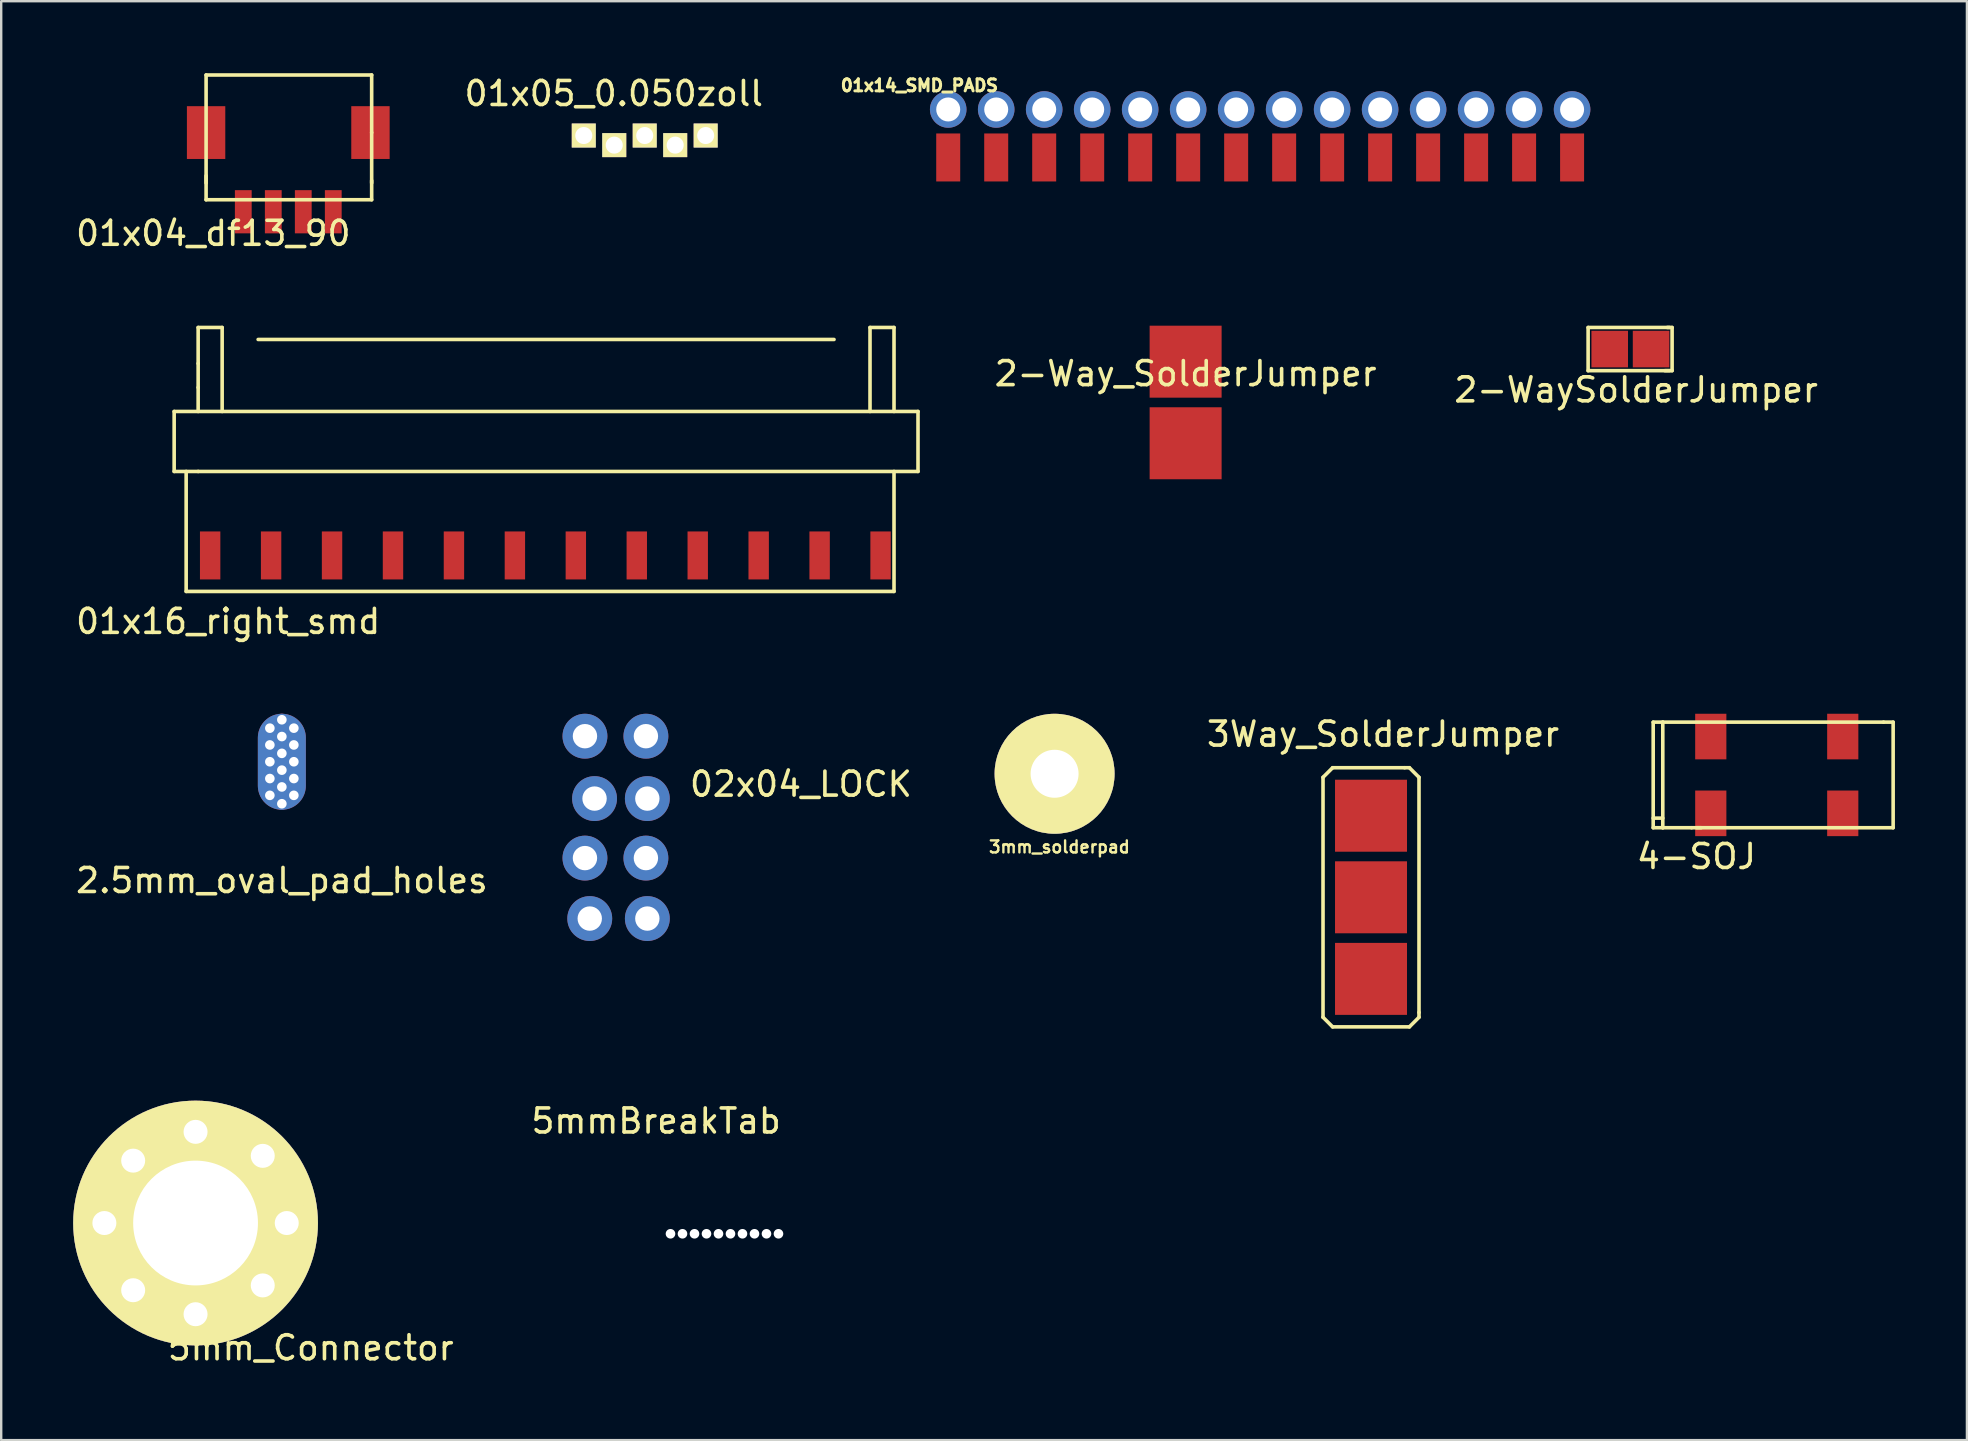
<source format=kicad_pcb>
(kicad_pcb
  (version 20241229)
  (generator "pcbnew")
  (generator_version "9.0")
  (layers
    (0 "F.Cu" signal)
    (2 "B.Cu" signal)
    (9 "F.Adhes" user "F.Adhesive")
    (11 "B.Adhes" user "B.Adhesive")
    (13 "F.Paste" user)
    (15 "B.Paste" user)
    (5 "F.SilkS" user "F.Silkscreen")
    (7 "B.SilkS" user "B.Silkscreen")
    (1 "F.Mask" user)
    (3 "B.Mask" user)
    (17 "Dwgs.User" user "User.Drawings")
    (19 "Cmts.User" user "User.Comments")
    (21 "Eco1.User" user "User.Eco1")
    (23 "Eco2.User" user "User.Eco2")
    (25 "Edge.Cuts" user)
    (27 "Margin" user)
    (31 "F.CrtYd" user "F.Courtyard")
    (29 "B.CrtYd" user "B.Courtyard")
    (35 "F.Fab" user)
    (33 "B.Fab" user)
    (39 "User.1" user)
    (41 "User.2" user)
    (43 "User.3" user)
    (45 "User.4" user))
  (footprint "02x04_LOCK"
    (layer "F.Cu")
    (at 21.328 27.631)
    (property "Reference" "02x04_LOCK" (at 9 2 0) (layer "F.SilkS") (effects (font (size 1 1) (thickness 0.15))))
    (attr through_hole)
    (pad "1" thru_hole circle (at 0 0) (size 1.87 1.87) (drill 1.016) (layers "*.Cu" "*.Mask"))
    (pad "2" thru_hole circle (at 2.54 0) (size 1.87 1.87) (drill 1.016) (layers "*.Cu" "*.Mask"))
    (pad "3" thru_hole circle (at 0.4 2.6) (size 1.87 1.87) (drill 1.016) (layers "*.Cu" "*.Mask"))
    (pad "4" thru_hole circle (at 2.6 2.6) (size 1.87 1.87) (drill 1.016) (layers "*.Cu" "*.Mask"))
    (pad "5" thru_hole circle (at 0 5.08) (size 1.87 1.87) (drill 1.016) (layers "*.Cu" "*.Mask"))
    (pad "6" thru_hole circle (at 2.54 5.08) (size 1.87 1.87) (drill 1.016) (layers "*.Cu" "*.Mask"))
    (pad "7" thru_hole circle (at 0.2 7.6) (size 1.87 1.87) (drill 1.016) (layers "*.Cu" "*.Mask"))
    (pad "8" thru_hole circle (at 2.6 7.6) (size 1.87 1.87) (drill 1.016) (layers "*.Cu" "*.Mask")))
  (footprint "2-Way_SolderJumper"
    (layer "F.Cu")
    (at 46.361 12.023)
    (property "Reference" "2-Way_SolderJumper" (at 0 0.5 0) (layer "F.SilkS") (effects (font (size 1 1) (thickness 0.15))))
    (attr through_hole)
    (pad "1" smd rect (at 0 0) (size 3 3) (layers "F.Cu" "F.Mask" "F.Paste"))
    (pad "2" smd rect (at 0 3.4) (size 3 3) (layers "F.Cu" "F.Mask" "F.Paste")))
  (footprint "5mm_Connector"
    (layer "F.Cu")
    (at 5.1 47.92)
    (property "Reference" "5mm_Connector" (at 4.8 5.2 0) (layer "F.SilkS") (effects (font (size 1 1) (thickness 0.15))))
    (attr through_hole)
    (pad "1" thru_hole circle (at -3.8 0) (size 2 2) (drill 1) (layers "*.Cu" "*.Mask" "F.SilkS"))
    (pad "1" thru_hole circle (at -2.6 -2.6) (size 2 2) (drill 1) (layers "*.Cu" "*.Mask" "F.SilkS"))
    (pad "1" thru_hole circle (at -2.6 2.8) (size 2 2) (drill 1) (layers "*.Cu" "*.Mask" "F.SilkS"))
    (pad "1" thru_hole circle (at 0 -3.8) (size 2 2) (drill 1) (layers "*.Cu" "*.Mask" "F.SilkS"))
    (pad "1" thru_hole circle (at 0 0) (size 10.2 10.2) (drill 5.2) (layers "*.Cu" "*.Mask" "F.SilkS"))
    (pad "1" thru_hole circle (at 0 3.8) (size 2 2) (drill 1) (layers "*.Cu" "*.Mask" "F.SilkS"))
    (pad "1" thru_hole circle (at 2.8 -2.8) (size 2 2) (drill 1) (layers "*.Cu" "*.Mask" "F.SilkS"))
    (pad "1" thru_hole circle (at 2.8 2.6) (size 2 2) (drill 1) (layers "*.Cu" "*.Mask" "F.SilkS"))
    (pad "1" thru_hole circle (at 3.8 0) (size 2 2) (drill 1) (layers "*.Cu" "*.Mask" "F.SilkS")))
  (footprint "01x14_SMD_PADS"
    (layer "F.Cu")
    (at 36.467 1.512)
    (property "Reference" "01x14_SMD_PADS" (at -1.2 -1 0) (layer "F.SilkS") (effects (font (size 0.5 0.5) (thickness 0.125))))
    (attr through_hole)
    (pad "1" thru_hole circle (at 0 0) (size 1.524 1.524) (drill 1) (layers "*.Cu" "*.Mask"))
    (pad "1" smd rect (at 0 2) (size 1 2) (layers "F.Cu" "F.Mask" "F.Paste"))
    (pad "2" thru_hole circle (at 2 0) (size 1.524 1.524) (drill 1) (layers "*.Cu" "*.Mask"))
    (pad "2" smd rect (at 2 2) (size 1 2) (layers "F.Cu" "F.Mask" "F.Paste"))
    (pad "3" thru_hole circle (at 4 0) (size 1.524 1.524) (drill 1) (layers "*.Cu" "*.Mask"))
    (pad "3" smd rect (at 4 2) (size 1 2) (layers "F.Cu" "F.Mask" "F.Paste"))
    (pad "4" thru_hole circle (at 6 0) (size 1.524 1.524) (drill 1) (layers "*.Cu" "*.Mask"))
    (pad "4" smd rect (at 6 2) (size 1 2) (layers "F.Cu" "F.Mask" "F.Paste"))
    (pad "5" thru_hole circle (at 8 0) (size 1.524 1.524) (drill 1) (layers "*.Cu" "*.Mask"))
    (pad "5" smd rect (at 8 2) (size 1 2) (layers "F.Cu" "F.Mask" "F.Paste"))
    (pad "6" thru_hole circle (at 10 0) (size 1.524 1.524) (drill 1) (layers "*.Cu" "*.Mask"))
    (pad "6" smd rect (at 10 2) (size 1 2) (layers "F.Cu" "F.Mask" "F.Paste"))
    (pad "7" thru_hole circle (at 12 0) (size 1.524 1.524) (drill 1) (layers "*.Cu" "*.Mask"))
    (pad "7" smd rect (at 12 2) (size 1 2) (layers "F.Cu" "F.Mask" "F.Paste"))
    (pad "8" thru_hole circle (at 14 0) (size 1.524 1.524) (drill 1) (layers "*.Cu" "*.Mask"))
    (pad "8" smd rect (at 14 2) (size 1 2) (layers "F.Cu" "F.Mask" "F.Paste"))
    (pad "9" thru_hole circle (at 16 0) (size 1.524 1.524) (drill 1) (layers "*.Cu" "*.Mask"))
    (pad "9" smd rect (at 16 2) (size 1 2) (layers "F.Cu" "F.Mask" "F.Paste"))
    (pad "10" thru_hole circle (at 18 0) (size 1.524 1.524) (drill 1) (layers "*.Cu" "*.Mask"))
    (pad "10" smd rect (at 18 2) (size 1 2) (layers "F.Cu" "F.Mask" "F.Paste"))
    (pad "11" thru_hole circle (at 20 0) (size 1.524 1.524) (drill 1) (layers "*.Cu" "*.Mask"))
    (pad "11" smd rect (at 20 2) (size 1 2) (layers "F.Cu" "F.Mask" "F.Paste"))
    (pad "12" thru_hole circle (at 22 0) (size 1.524 1.524) (drill 1) (layers "*.Cu" "*.Mask"))
    (pad "12" smd rect (at 22 2) (size 1 2) (layers "F.Cu" "F.Mask" "F.Paste"))
    (pad "13" thru_hole circle (at 24 0) (size 1.524 1.524) (drill 1) (layers "*.Cu" "*.Mask"))
    (pad "13" smd rect (at 24 2) (size 1 2) (layers "F.Cu" "F.Mask" "F.Paste"))
    (pad "14" thru_hole circle (at 26 0) (size 1.524 1.524) (drill 1) (layers "*.Cu" "*.Mask"))
    (pad "14" smd rect (at 26 2) (size 1 2) (layers "F.Cu" "F.Mask" "F.Paste")))
  (footprint "4-SOJ"
    (layer "F.Cu")
    (at 68.247 27.646)
    (property "Reference" "4-SOJ" (at -0.6 5 0) (layer "F.SilkS") (effects (font (size 1 1) (thickness 0.15))))
    (attr through_hole)
    (fp_line (start -2.4 -0.6) (end -2.4 3.8) (stroke (width 0.15) (type solid)) (layer "F.SilkS"))
    (fp_line (start -2.4 -0.6) (end -2 -0.6) (stroke (width 0.15) (type solid)) (layer "F.SilkS"))
    (fp_line (start -2.4 3.4) (end -2 3.4) (stroke (width 0.15) (type solid)) (layer "F.SilkS"))
    (fp_line (start -2.4 3.8) (end -2 3.8) (stroke (width 0.15) (type solid)) (layer "F.SilkS"))
    (fp_line (start -2 -0.6) (end 7.2 -0.6) (stroke (width 0.15) (type solid)) (layer "F.SilkS"))
    (fp_line (start -2 3.8) (end -2 -0.6) (stroke (width 0.15) (type solid)) (layer "F.SilkS"))
    (fp_line (start -0.8 3.8) (end -2 3.8) (stroke (width 0.15) (type solid)) (layer "F.SilkS"))
    (fp_line (start -0.8 3.8) (end -0.4 3.8) (stroke (width 0.15) (type solid)) (layer "F.SilkS"))
    (fp_line (start 7.2 -0.6) (end 7.6 -0.6) (stroke (width 0.15) (type solid)) (layer "F.SilkS"))
    (fp_line (start 7.6 -0.6) (end 7.6 3.8) (stroke (width 0.15) (type solid)) (layer "F.SilkS"))
    (fp_line (start 7.6 3.8) (end -0.6 3.8) (stroke (width 0.15) (type solid)) (layer "F.SilkS"))
    (pad "1" smd rect (at 0 3.2) (size 1.3 1.9) (layers "F.Cu" "F.Mask" "F.Paste"))
    (pad "2" smd rect (at 5.5 3.2) (size 1.3 1.9) (layers "F.Cu" "F.Mask" "F.Paste"))
    (pad "3" smd rect (at 5.5 0) (size 1.3 1.9) (layers "F.Cu" "F.Mask" "F.Paste"))
    (pad "4" smd rect (at 0 0) (size 1.3 1.9) (layers "F.Cu" "F.Mask" "F.Paste")))
  (footprint "5mmBreakTab"
    (layer "F.Cu")
    (at 24.893 48.368)
    (property "Reference" "5mmBreakTab" (at -0.6 -4.7 0) (layer "F.SilkS") (effects (font (size 1 1) (thickness 0.15))))
    (attr through_hole)
    (pad "" np_thru_hole circle (at 0 0) (size 0.4 0.4) (drill 0.4) (layers "*.Cu" "*.Mask"))
    (pad "" np_thru_hole circle (at 0.5 0) (size 0.4 0.4) (drill 0.4) (layers "*.Cu" "*.Mask"))
    (pad "" np_thru_hole circle (at 1 0) (size 0.4 0.4) (drill 0.4) (layers "*.Cu" "*.Mask"))
    (pad "" np_thru_hole circle (at 1.5 0) (size 0.4 0.4) (drill 0.4) (layers "*.Cu" "*.Mask"))
    (pad "" np_thru_hole circle (at 2 0) (size 0.4 0.4) (drill 0.4) (layers "*.Cu" "*.Mask"))
    (pad "" np_thru_hole circle (at 2.5 0) (size 0.4 0.4) (drill 0.4) (layers "*.Cu" "*.Mask"))
    (pad "" np_thru_hole circle (at 3 0) (size 0.4 0.4) (drill 0.4) (layers "*.Cu" "*.Mask"))
    (pad "" np_thru_hole circle (at 3.5 0) (size 0.4 0.4) (drill 0.4) (layers "*.Cu" "*.Mask"))
    (pad "" np_thru_hole circle (at 4 0) (size 0.4 0.4) (drill 0.4) (layers "*.Cu" "*.Mask"))
    (pad "" np_thru_hole circle (at 4.5 0) (size 0.4 0.4) (drill 0.4) (layers "*.Cu" "*.Mask")))
  (footprint "3Way_SolderJumper"
    (layer "F.Cu")
    (at 54.087 33.545)
    (property "Reference" "3Way_SolderJumper" (at 0.5 -6 0) (layer "F.SilkS") (effects (font (size 1 1) (thickness 0.15))))
    (attr through_hole)
    (fp_line (start -2 -4.2) (end -1.6 -4.6) (stroke (width 0.15) (type solid)) (layer "F.SilkS"))
    (fp_line (start -2 5.8) (end -2 -4.2) (stroke (width 0.15) (type solid)) (layer "F.SilkS"))
    (fp_line (start -1.6 -4.6) (end 1.4 -4.6) (stroke (width 0.15) (type solid)) (layer "F.SilkS"))
    (fp_line (start -1.6 6.2) (end -2 5.8) (stroke (width 0.15) (type solid)) (layer "F.SilkS"))
    (fp_line (start 1.4 -4.6) (end 1.6 -4.6) (stroke (width 0.15) (type solid)) (layer "F.SilkS"))
    (fp_line (start 1.6 -4.6) (end 2 -4.2) (stroke (width 0.15) (type solid)) (layer "F.SilkS"))
    (fp_line (start 1.6 6.2) (end -1.6 6.2) (stroke (width 0.15) (type solid)) (layer "F.SilkS"))
    (fp_line (start 2 -4.2) (end 2 5.6) (stroke (width 0.15) (type solid)) (layer "F.SilkS"))
    (fp_line (start 2 5.6) (end 2 5.8) (stroke (width 0.15) (type solid)) (layer "F.SilkS"))
    (fp_line (start 2 5.8) (end 1.6 6.2) (stroke (width 0.15) (type solid)) (layer "F.SilkS"))
    (pad "1" smd rect (at 0 -2.6) (size 3 3) (layers "F.Cu" "F.Mask" "F.Paste"))
    (pad "2" smd rect (at 0 0.8) (size 3 3) (layers "F.Cu" "F.Mask" "F.Paste"))
    (pad "3" smd rect (at 0 4.2) (size 3 3) (layers "F.Cu" "F.Mask" "F.Paste")))
  (footprint "2-WaySolderJumper"
    (layer "F.Cu")
    (at 64.035 11.498)
    (property "Reference" "2-WaySolderJumper" (at 1.1 1.7 0) (layer "F.SilkS") (effects (font (size 1 1) (thickness 0.15))))
    (attr through_hole)
    (fp_line (start -0.9 -0.9) (end -0.9 0.9) (stroke (width 0.15) (type solid)) (layer "F.SilkS"))
    (fp_line (start -0.9 0.9) (end 2.5 0.9) (stroke (width 0.15) (type solid)) (layer "F.SilkS"))
    (fp_line (start 2.4 -0.9) (end 2.6 -0.9) (stroke (width 0.15) (type solid)) (layer "F.SilkS"))
    (fp_line (start 2.5 -0.9) (end -0.9 -0.9) (stroke (width 0.15) (type solid)) (layer "F.SilkS"))
    (fp_line (start 2.6 -0.9) (end 2.6 0.9) (stroke (width 0.15) (type solid)) (layer "F.SilkS"))
    (fp_line (start 2.6 0.9) (end 2.3 0.9) (stroke (width 0.15) (type solid)) (layer "F.SilkS"))
    (pad "1" smd rect (at 0 0) (size 1.524 1.524) (layers "F.Cu" "F.Mask" "F.Paste"))
    (pad "2" smd rect (at 1.724 0) (size 1.524 1.524) (layers "F.Cu" "F.Mask" "F.Paste")))
  (footprint "3mm_solderpad"
    (layer "F.Cu")
    (at 40.9 29.197)
    (property "Reference" "3mm_solderpad" (at 0.2 3.05 0) (layer "F.SilkS") (effects (font (size 0.5 0.5) (thickness 0.1))))
    (attr through_hole)
    (pad "1" thru_hole circle (at 0 0) (size 5 5) (drill oval 2) (layers "*.Cu" "*.Mask" "F.SilkS")))
  (footprint "01x05_0.050zoll"
    (layer "F.Cu")
    (at 21.279 2.598)
    (property "Reference" "01x05_0.050zoll" (at 1.25 -1.75 0) (layer "F.SilkS") (effects (font (size 1 1) (thickness 0.15))))
    (attr through_hole)
    (pad "1" thru_hole rect (at 0 0) (size 1 1) (drill 0.71) (layers "*.Cu" "*.Mask" "F.SilkS"))
    (pad "2" thru_hole rect (at 1.27 0.4) (size 1 1) (drill 0.71) (layers "*.Cu" "*.Mask" "F.SilkS"))
    (pad "3" thru_hole rect (at 2.54 0) (size 1 1) (drill 0.71) (layers "*.Cu" "*.Mask" "F.SilkS"))
    (pad "4" thru_hole rect (at 3.81 0.4) (size 1 1) (drill 0.71) (layers "*.Cu" "*.Mask" "F.SilkS"))
    (pad "5" thru_hole rect (at 5.08 0) (size 1 1) (drill 0.71) (layers "*.Cu" "*.Mask" "F.SilkS")))
  (footprint "01x04_df13_90"
    (layer "F.Cu")
    (at 5.539 2.475)
    (property "Reference" "01x04_df13_90" (at 0.3 4.2 0) (layer "F.SilkS") (effects (font (size 1 1) (thickness 0.15))))
    (attr through_hole)
    (fp_line (start 0 -2.4) (end 0 2.1) (stroke (width 0.15) (type solid)) (layer "F.SilkS"))
    (fp_line (start 0 2.8) (end 0 1.8) (stroke (width 0.15) (type solid)) (layer "F.SilkS"))
    (fp_line (start 6.9 -2.4) (end 0 -2.4) (stroke (width 0.15) (type solid)) (layer "F.SilkS"))
    (fp_line (start 6.9 0) (end 6.9 -2.4) (stroke (width 0.15) (type solid)) (layer "F.SilkS"))
    (fp_line (start 6.9 2) (end 6.9 2.8) (stroke (width 0.15) (type solid)) (layer "F.SilkS"))
    (fp_line (start 6.9 2.1) (end 6.9 0) (stroke (width 0.15) (type solid)) (layer "F.SilkS"))
    (fp_line (start 6.9 2.8) (end 0 2.8) (stroke (width 0.15) (type solid)) (layer "F.SilkS"))
    (pad "" smd rect (at 0 0) (size 1.6 2.2) (layers "F.Cu" "F.Mask" "F.Paste"))
    (pad "" smd rect (at 6.85 0) (size 1.6 2.2) (layers "F.Cu" "F.Mask" "F.Paste"))
    (pad "1" smd rect (at 1.55 3.3) (size 0.7 1.8) (layers "F.Cu" "F.Mask" "F.Paste"))
    (pad "2" smd rect (at 2.8 3.3) (size 0.7 1.8) (layers "F.Cu" "F.Mask" "F.Paste"))
    (pad "3" smd rect (at 4.05 3.3) (size 0.7 1.8) (layers "F.Cu" "F.Mask" "F.Paste"))
    (pad "4" smd rect (at 5.3 3.3) (size 0.7 1.8) (layers "F.Cu" "F.Mask" "F.Paste")))
  (footprint "01x16_right_smd"
    (layer "F.Cu")
    (at 5.708 20.098)
    (property "Reference" "01x16_right_smd" (at 0.75 2.75 0) (layer "F.SilkS") (effects (font (size 1 1) (thickness 0.15))))
    (attr through_hole)
    (fp_line (start -1.5 -3.5) (end -1.5 -6) (stroke (width 0.15) (type solid)) (layer "F.SilkS"))
    (fp_line (start -1 1.5) (end -1 -3.5) (stroke (width 0.15) (type solid)) (layer "F.SilkS"))
    (fp_line (start -0.5 -9.5) (end 0.5 -9.5) (stroke (width 0.15) (type solid)) (layer "F.SilkS"))
    (fp_line (start -0.5 -8) (end -0.5 -9.5) (stroke (width 0.15) (type solid)) (layer "F.SilkS"))
    (fp_line (start -0.5 -7) (end -0.5 -8) (stroke (width 0.15) (type solid)) (layer "F.SilkS"))
    (fp_line (start -0.5 -6) (end -0.5 -7) (stroke (width 0.15) (type solid)) (layer "F.SilkS"))
    (fp_line (start -0.5 -3.5) (end -1.5 -3.5) (stroke (width 0.15) (type solid)) (layer "F.SilkS"))
    (fp_line (start -0.5 -3.5) (end 29.5 -3.5) (stroke (width 0.15) (type solid)) (layer "F.SilkS"))
    (fp_line (start 0.5 -9.5) (end 0.5 -6) (stroke (width 0.15) (type solid)) (layer "F.SilkS"))
    (fp_line (start 2 -9) (end 26 -9) (stroke (width 0.15) (type solid)) (layer "F.SilkS"))
    (fp_line (start 27.5 -9.5) (end 27.5 -6) (stroke (width 0.15) (type solid)) (layer "F.SilkS"))
    (fp_line (start 28.5 -9.5) (end 27.5 -9.5) (stroke (width 0.15) (type solid)) (layer "F.SilkS"))
    (fp_line (start 28.5 -6) (end 28.5 -9.5) (stroke (width 0.15) (type solid)) (layer "F.SilkS"))
    (fp_line (start 28.5 -3.5) (end 28.5 1.5) (stroke (width 0.15) (type solid)) (layer "F.SilkS"))
    (fp_line (start 28.5 1.5) (end -1 1.5) (stroke (width 0.15) (type solid)) (layer "F.SilkS"))
    (fp_line (start 29.5 -6) (end -1.5 -6) (stroke (width 0.15) (type solid)) (layer "F.SilkS"))
    (fp_line (start 29.5 -6) (end 29.5 -3.5) (stroke (width 0.15) (type solid)) (layer "F.SilkS"))
    (pad "1" smd rect (at 0 0) (size 0.85 2) (layers "F.Cu" "F.Mask" "F.Paste"))
    (pad "2" smd rect (at 2.54 0) (size 0.85 2) (layers "F.Cu" "F.Mask" "F.Paste"))
    (pad "3" smd rect (at 5.08 0) (size 0.85 2) (layers "F.Cu" "F.Mask" "F.Paste"))
    (pad "4" smd rect (at 7.62 0) (size 0.85 2) (layers "F.Cu" "F.Mask" "F.Paste"))
    (pad "5" smd rect (at 10.16 0) (size 0.85 2) (layers "F.Cu" "F.Mask" "F.Paste"))
    (pad "6" smd rect (at 12.7 0) (size 0.85 2) (layers "F.Cu" "F.Mask" "F.Paste"))
    (pad "7" smd rect (at 15.24 0) (size 0.85 2) (layers "F.Cu" "F.Mask" "F.Paste"))
    (pad "8" smd rect (at 17.78 0) (size 0.85 2) (layers "F.Cu" "F.Mask" "F.Paste"))
    (pad "9" smd rect (at 20.32 0) (size 0.85 2) (layers "F.Cu" "F.Mask" "F.Paste"))
    (pad "10" smd rect (at 22.86 0) (size 0.85 2) (layers "F.Cu" "F.Mask" "F.Paste"))
    (pad "11" smd rect (at 25.4 0) (size 0.85 2) (layers "F.Cu" "F.Mask" "F.Paste"))
    (pad "12" smd rect (at 27.94 0) (size 0.85 2) (layers "F.Cu" "F.Mask" "F.Paste")))
  (footprint "2.5mm_oval_pad_holes"
    (layer "F.Cu")
    (at 8.696 28.646)
    (property "Reference" "2.5mm_oval_pad_holes" (at 0 5 0) (layer "F.SilkS") (effects (font (size 1 1) (thickness 0.15))))
    (attr through_hole)
    (pad "1" thru_hole circle (at -0.5 -1.35) (size 0.5 0.5) (drill 0.4) (layers "*.Cu" "*.Mask"))
    (pad "1" thru_hole circle (at -0.5 -0.65) (size 0.5 0.5) (drill 0.4) (layers "*.Cu" "*.Mask"))
    (pad "1" thru_hole circle (at -0.5 0.05) (size 0.5 0.5) (drill 0.4) (layers "*.Cu" "*.Mask"))
    (pad "1" thru_hole circle (at -0.5 0.75) (size 0.5 0.5) (drill 0.4) (layers "*.Cu" "*.Mask"))
    (pad "1" thru_hole circle (at -0.5 1.45) (size 0.5 0.5) (drill 0.4) (layers "*.Cu" "*.Mask"))
    (pad "1" thru_hole circle (at 0 -1.7) (size 0.5 0.5) (drill 0.4) (layers "*.Cu" "*.Mask"))
    (pad "1" thru_hole circle (at 0 -1) (size 0.5 0.5) (drill 0.4) (layers "*.Cu" "*.Mask"))
    (pad "1" thru_hole circle (at 0 -0.3) (size 0.5 0.5) (drill 0.4) (layers "*.Cu" "*.Mask"))
    (pad "1" smd oval (at 0 0.05) (size 2 4) (layers "F.Cu" "F.Mask"))
    (pad "1" smd oval (at 0 0.05) (size 2 4) (layers "B.Cu" "B.Mask"))
    (pad "1" thru_hole circle (at 0 0.4) (size 0.5 0.5) (drill 0.4) (layers "*.Cu" "*.Mask"))
    (pad "1" thru_hole circle (at 0 1.1) (size 0.5 0.5) (drill 0.4) (layers "*.Cu" "*.Mask"))
    (pad "1" thru_hole circle (at 0 1.8) (size 0.5 0.5) (drill 0.4) (layers "*.Cu" "*.Mask"))
    (pad "1" thru_hole circle (at 0.5 -1.35) (size 0.5 0.5) (drill 0.4) (layers "*.Cu" "*.Mask"))
    (pad "1" thru_hole circle (at 0.5 -0.65) (size 0.5 0.5) (drill 0.4) (layers "*.Cu" "*.Mask"))
    (pad "1" thru_hole circle (at 0.5 0.05) (size 0.5 0.5) (drill 0.4) (layers "*.Cu" "*.Mask"))
    (pad "1" thru_hole circle (at 0.5 0.75) (size 0.5 0.5) (drill 0.4) (layers "*.Cu" "*.Mask"))
    (pad "1" thru_hole circle (at 0.5 1.45) (size 0.5 0.5) (drill 0.4) (layers "*.Cu" "*.Mask")))
  (gr_rect
    (start -3 -3)
    (end 78.922 56.968)
    (stroke (width 0.1) (type default))
    (fill no)
    (layer "Edge.Cuts")))
</source>
